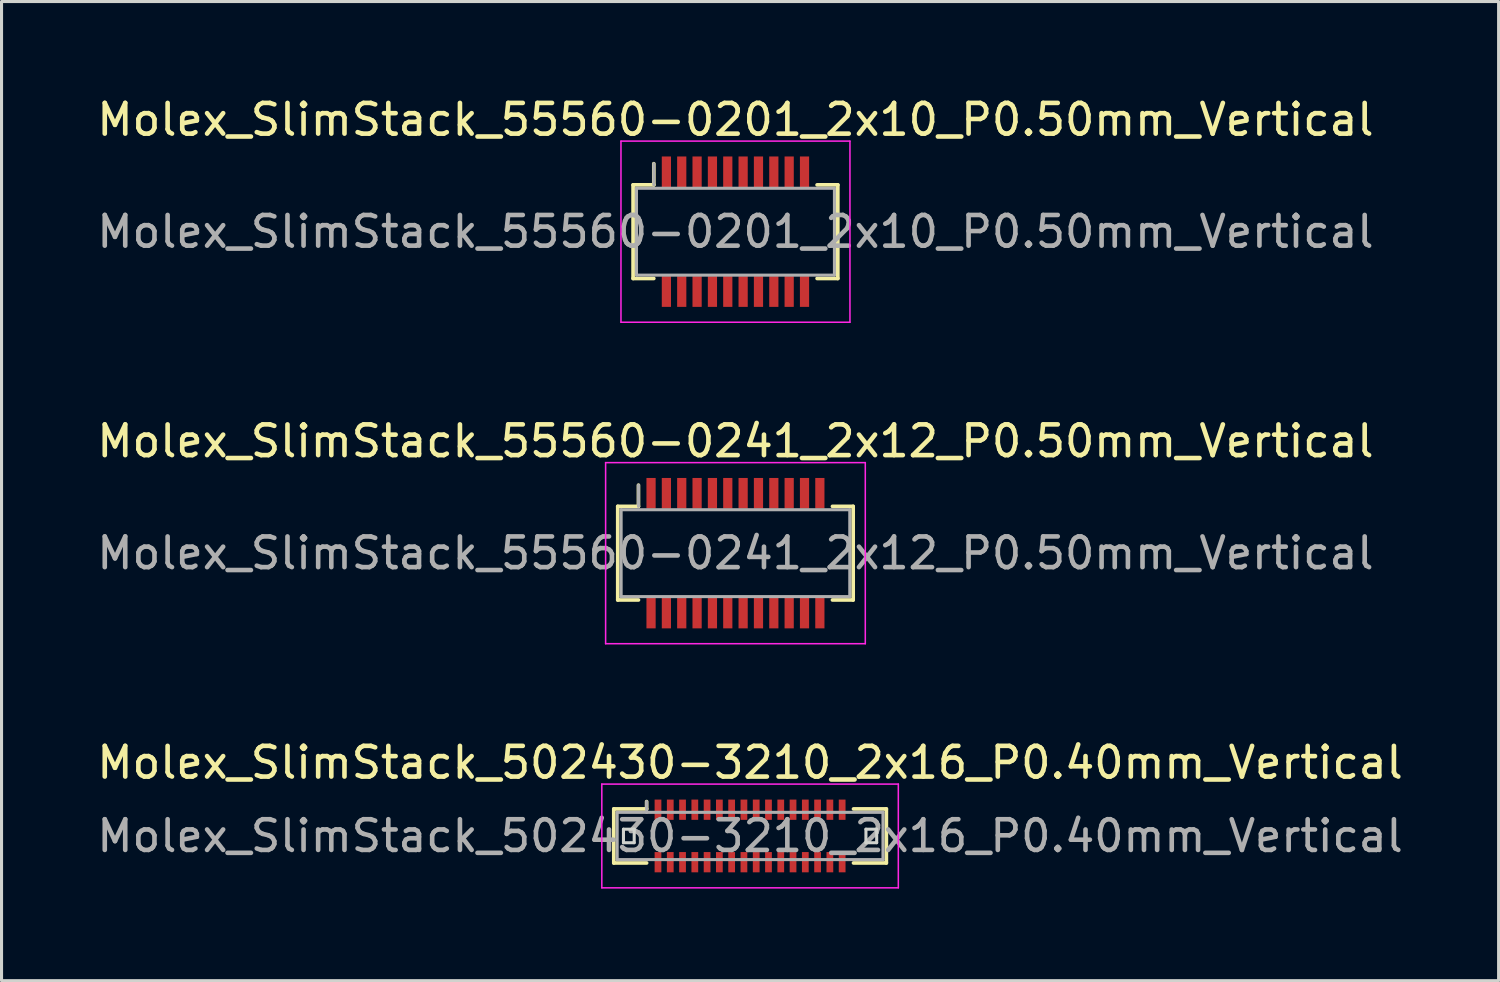
<source format=kicad_pcb>
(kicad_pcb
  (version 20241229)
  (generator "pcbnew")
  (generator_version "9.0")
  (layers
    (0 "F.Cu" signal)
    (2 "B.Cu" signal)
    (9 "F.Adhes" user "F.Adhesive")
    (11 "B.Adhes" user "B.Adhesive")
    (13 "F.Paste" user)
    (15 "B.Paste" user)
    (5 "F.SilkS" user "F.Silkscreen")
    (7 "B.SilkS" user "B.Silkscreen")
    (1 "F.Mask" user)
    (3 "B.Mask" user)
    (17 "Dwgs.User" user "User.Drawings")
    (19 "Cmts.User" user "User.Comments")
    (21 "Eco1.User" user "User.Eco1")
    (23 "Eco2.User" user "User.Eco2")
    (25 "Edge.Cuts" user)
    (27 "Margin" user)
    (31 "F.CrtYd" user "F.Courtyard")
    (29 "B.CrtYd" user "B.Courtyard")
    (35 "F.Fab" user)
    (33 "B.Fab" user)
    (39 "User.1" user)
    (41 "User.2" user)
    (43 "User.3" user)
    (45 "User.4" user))
  (footprint "Molex_SlimStack_55560-0241_2x12_P0.50mm_Vertical"
    (layer "F.Cu")
    (at 20.911 14.972)
    (property "Reference" "Molex_SlimStack_55560-0241_2x12_P0.50mm_Vertical" (at 0 -3.65 0) (layer "F.SilkS") (effects (font (size 1 1) (thickness 0.15))))
    (attr smd)
    (fp_line (start -3.835 -1.525) (end -3.16 -1.525) (stroke (width 0.12) (type solid)) (layer "F.SilkS"))
    (fp_line (start -3.835 1.525) (end -3.835 -1.525) (stroke (width 0.12) (type solid)) (layer "F.SilkS"))
    (fp_line (start -3.16 -1.525) (end -3.16 -2.215) (stroke (width 0.12) (type solid)) (layer "F.SilkS"))
    (fp_line (start -3.16 1.525) (end -3.835 1.525) (stroke (width 0.12) (type solid)) (layer "F.SilkS"))
    (fp_line (start 3.16 1.525) (end 3.835 1.525) (stroke (width 0.12) (type solid)) (layer "F.SilkS"))
    (fp_line (start 3.835 -1.525) (end 3.16 -1.525) (stroke (width 0.12) (type solid)) (layer "F.SilkS"))
    (fp_line (start 3.835 1.525) (end 3.835 -1.525) (stroke (width 0.12) (type solid)) (layer "F.SilkS"))
    (fp_line (start -4.23 -2.95) (end -4.23 2.95) (stroke (width 0.05) (type solid)) (layer "F.CrtYd"))
    (fp_line (start -4.23 2.95) (end 4.23 2.95) (stroke (width 0.05) (type solid)) (layer "F.CrtYd"))
    (fp_line (start 4.23 -2.95) (end -4.23 -2.95) (stroke (width 0.05) (type solid)) (layer "F.CrtYd"))
    (fp_line (start 4.23 2.95) (end 4.23 -2.95) (stroke (width 0.05) (type solid)) (layer "F.CrtYd"))
    (fp_line (start -3.725 -1.415) (end -3.725 1.415) (stroke (width 0.1) (type solid)) (layer "F.Fab"))
    (fp_line (start -3.725 1.415) (end 3.725 1.415) (stroke (width 0.1) (type solid)) (layer "F.Fab"))
    (fp_line (start -3.16 -1.525) (end -3.16 -2.215) (stroke (width 0.1) (type solid)) (layer "F.Fab"))
    (fp_line (start 3.725 -1.415) (end -3.725 -1.415) (stroke (width 0.1) (type solid)) (layer "F.Fab"))
    (fp_line (start 3.725 1.415) (end 3.725 -1.415) (stroke (width 0.1) (type solid)) (layer "F.Fab"))
    (fp_text user "${REFERENCE}" (at 0 0 0) (layer "F.Fab") (effects (font (size 1 1) (thickness 0.15))))
    (pad "1" smd rect (at -2.75 -1.95) (size 0.3 1) (layers "F.Cu" "F.Mask" "F.Paste"))
    (pad "2" smd rect (at -2.75 1.95) (size 0.3 1) (layers "F.Cu" "F.Mask" "F.Paste"))
    (pad "3" smd rect (at -2.25 -1.95) (size 0.3 1) (layers "F.Cu" "F.Mask" "F.Paste"))
    (pad "4" smd rect (at -2.25 1.95) (size 0.3 1) (layers "F.Cu" "F.Mask" "F.Paste"))
    (pad "5" smd rect (at -1.75 -1.95) (size 0.3 1) (layers "F.Cu" "F.Mask" "F.Paste"))
    (pad "6" smd rect (at -1.75 1.95) (size 0.3 1) (layers "F.Cu" "F.Mask" "F.Paste"))
    (pad "7" smd rect (at -1.25 -1.95) (size 0.3 1) (layers "F.Cu" "F.Mask" "F.Paste"))
    (pad "8" smd rect (at -1.25 1.95) (size 0.3 1) (layers "F.Cu" "F.Mask" "F.Paste"))
    (pad "9" smd rect (at -0.75 -1.95) (size 0.3 1) (layers "F.Cu" "F.Mask" "F.Paste"))
    (pad "10" smd rect (at -0.75 1.95) (size 0.3 1) (layers "F.Cu" "F.Mask" "F.Paste"))
    (pad "11" smd rect (at -0.25 -1.95) (size 0.3 1) (layers "F.Cu" "F.Mask" "F.Paste"))
    (pad "12" smd rect (at -0.25 1.95) (size 0.3 1) (layers "F.Cu" "F.Mask" "F.Paste"))
    (pad "13" smd rect (at 0.25 -1.95) (size 0.3 1) (layers "F.Cu" "F.Mask" "F.Paste"))
    (pad "14" smd rect (at 0.25 1.95) (size 0.3 1) (layers "F.Cu" "F.Mask" "F.Paste"))
    (pad "15" smd rect (at 0.75 -1.95) (size 0.3 1) (layers "F.Cu" "F.Mask" "F.Paste"))
    (pad "16" smd rect (at 0.75 1.95) (size 0.3 1) (layers "F.Cu" "F.Mask" "F.Paste"))
    (pad "17" smd rect (at 1.25 -1.95) (size 0.3 1) (layers "F.Cu" "F.Mask" "F.Paste"))
    (pad "18" smd rect (at 1.25 1.95) (size 0.3 1) (layers "F.Cu" "F.Mask" "F.Paste"))
    (pad "19" smd rect (at 1.75 -1.95) (size 0.3 1) (layers "F.Cu" "F.Mask" "F.Paste"))
    (pad "20" smd rect (at 1.75 1.95) (size 0.3 1) (layers "F.Cu" "F.Mask" "F.Paste"))
    (pad "21" smd rect (at 2.25 -1.95) (size 0.3 1) (layers "F.Cu" "F.Mask" "F.Paste"))
    (pad "22" smd rect (at 2.25 1.95) (size 0.3 1) (layers "F.Cu" "F.Mask" "F.Paste"))
    (pad "23" smd rect (at 2.75 -1.95) (size 0.3 1) (layers "F.Cu" "F.Mask" "F.Paste"))
    (pad "24" smd rect (at 2.75 1.95) (size 0.3 1) (layers "F.Cu" "F.Mask" "F.Paste")))
  (footprint "Molex_SlimStack_55560-0201_2x10_P0.50mm_Vertical"
    (layer "F.Cu")
    (at 20.911 4.498)
    (property "Reference" "Molex_SlimStack_55560-0201_2x10_P0.50mm_Vertical" (at 0 -3.65 0) (layer "F.SilkS") (effects (font (size 1 1) (thickness 0.15))))
    (attr smd)
    (fp_line (start -3.335 -1.525) (end -2.66 -1.525) (stroke (width 0.12) (type solid)) (layer "F.SilkS"))
    (fp_line (start -3.335 1.525) (end -3.335 -1.525) (stroke (width 0.12) (type solid)) (layer "F.SilkS"))
    (fp_line (start -2.66 -1.525) (end -2.66 -2.215) (stroke (width 0.12) (type solid)) (layer "F.SilkS"))
    (fp_line (start -2.66 1.525) (end -3.335 1.525) (stroke (width 0.12) (type solid)) (layer "F.SilkS"))
    (fp_line (start 2.66 1.525) (end 3.335 1.525) (stroke (width 0.12) (type solid)) (layer "F.SilkS"))
    (fp_line (start 3.335 -1.525) (end 2.66 -1.525) (stroke (width 0.12) (type solid)) (layer "F.SilkS"))
    (fp_line (start 3.335 1.525) (end 3.335 -1.525) (stroke (width 0.12) (type solid)) (layer "F.SilkS"))
    (fp_line (start -3.73 -2.95) (end -3.73 2.95) (stroke (width 0.05) (type solid)) (layer "F.CrtYd"))
    (fp_line (start -3.73 2.95) (end 3.73 2.95) (stroke (width 0.05) (type solid)) (layer "F.CrtYd"))
    (fp_line (start 3.73 -2.95) (end -3.73 -2.95) (stroke (width 0.05) (type solid)) (layer "F.CrtYd"))
    (fp_line (start 3.73 2.95) (end 3.73 -2.95) (stroke (width 0.05) (type solid)) (layer "F.CrtYd"))
    (fp_line (start -3.225 -1.415) (end -3.225 1.415) (stroke (width 0.1) (type solid)) (layer "F.Fab"))
    (fp_line (start -3.225 1.415) (end 3.225 1.415) (stroke (width 0.1) (type solid)) (layer "F.Fab"))
    (fp_line (start -2.66 -1.525) (end -2.66 -2.215) (stroke (width 0.1) (type solid)) (layer "F.Fab"))
    (fp_line (start 3.225 -1.415) (end -3.225 -1.415) (stroke (width 0.1) (type solid)) (layer "F.Fab"))
    (fp_line (start 3.225 1.415) (end 3.225 -1.415) (stroke (width 0.1) (type solid)) (layer "F.Fab"))
    (fp_text user "${REFERENCE}" (at 0 0 0) (layer "F.Fab") (effects (font (size 1 1) (thickness 0.15))))
    (pad "1" smd rect (at -2.25 -1.95) (size 0.3 1) (layers "F.Cu" "F.Mask" "F.Paste"))
    (pad "2" smd rect (at -2.25 1.95) (size 0.3 1) (layers "F.Cu" "F.Mask" "F.Paste"))
    (pad "3" smd rect (at -1.75 -1.95) (size 0.3 1) (layers "F.Cu" "F.Mask" "F.Paste"))
    (pad "4" smd rect (at -1.75 1.95) (size 0.3 1) (layers "F.Cu" "F.Mask" "F.Paste"))
    (pad "5" smd rect (at -1.25 -1.95) (size 0.3 1) (layers "F.Cu" "F.Mask" "F.Paste"))
    (pad "6" smd rect (at -1.25 1.95) (size 0.3 1) (layers "F.Cu" "F.Mask" "F.Paste"))
    (pad "7" smd rect (at -0.75 -1.95) (size 0.3 1) (layers "F.Cu" "F.Mask" "F.Paste"))
    (pad "8" smd rect (at -0.75 1.95) (size 0.3 1) (layers "F.Cu" "F.Mask" "F.Paste"))
    (pad "9" smd rect (at -0.25 -1.95) (size 0.3 1) (layers "F.Cu" "F.Mask" "F.Paste"))
    (pad "10" smd rect (at -0.25 1.95) (size 0.3 1) (layers "F.Cu" "F.Mask" "F.Paste"))
    (pad "11" smd rect (at 0.25 -1.95) (size 0.3 1) (layers "F.Cu" "F.Mask" "F.Paste"))
    (pad "12" smd rect (at 0.25 1.95) (size 0.3 1) (layers "F.Cu" "F.Mask" "F.Paste"))
    (pad "13" smd rect (at 0.75 -1.95) (size 0.3 1) (layers "F.Cu" "F.Mask" "F.Paste"))
    (pad "14" smd rect (at 0.75 1.95) (size 0.3 1) (layers "F.Cu" "F.Mask" "F.Paste"))
    (pad "15" smd rect (at 1.25 -1.95) (size 0.3 1) (layers "F.Cu" "F.Mask" "F.Paste"))
    (pad "16" smd rect (at 1.25 1.95) (size 0.3 1) (layers "F.Cu" "F.Mask" "F.Paste"))
    (pad "17" smd rect (at 1.75 -1.95) (size 0.3 1) (layers "F.Cu" "F.Mask" "F.Paste"))
    (pad "18" smd rect (at 1.75 1.95) (size 0.3 1) (layers "F.Cu" "F.Mask" "F.Paste"))
    (pad "19" smd rect (at 2.25 -1.95) (size 0.3 1) (layers "F.Cu" "F.Mask" "F.Paste"))
    (pad "20" smd rect (at 2.25 1.95) (size 0.3 1) (layers "F.Cu" "F.Mask" "F.Paste")))
  (footprint "Molex_SlimStack_502430-3210_2x16_P0.40mm_Vertical"
    (layer "F.Cu")
    (at 21.387 24.185)
    (property "Reference" "Molex_SlimStack_502430-3210_2x16_P0.40mm_Vertical" (at 0 -2.39 0) (layer "F.SilkS") (effects (font (size 1 1) (thickness 0.15))))
    (attr smd)
    (fp_line (start -4.44 -0.88) (end -3.37 -0.88) (stroke (width 0.12) (type solid)) (layer "F.SilkS"))
    (fp_line (start -4.44 0.88) (end -4.44 -0.88) (stroke (width 0.12) (type solid)) (layer "F.SilkS"))
    (fp_line (start -3.37 -0.88) (end -3.37 -1.12) (stroke (width 0.12) (type solid)) (layer "F.SilkS"))
    (fp_line (start -3.37 0.88) (end -4.44 0.88) (stroke (width 0.12) (type solid)) (layer "F.SilkS"))
    (fp_line (start 3.37 0.88) (end 4.44 0.88) (stroke (width 0.12) (type solid)) (layer "F.SilkS"))
    (fp_line (start 4.44 -0.88) (end 3.37 -0.88) (stroke (width 0.12) (type solid)) (layer "F.SilkS"))
    (fp_line (start 4.44 0.88) (end 4.44 -0.88) (stroke (width 0.12) (type solid)) (layer "F.SilkS"))
    (fp_line (start -4.125 -0.22) (end -4.125 0.22) (stroke (width 0.1) (type solid)) (layer "Edge.Cuts"))
    (fp_line (start -4.125 0.22) (end -3.775 0.22) (stroke (width 0.1) (type solid)) (layer "Edge.Cuts"))
    (fp_line (start -3.775 -0.22) (end -4.125 -0.22) (stroke (width 0.1) (type solid)) (layer "Edge.Cuts"))
    (fp_line (start -3.775 0.22) (end -3.775 -0.22) (stroke (width 0.1) (type solid)) (layer "Edge.Cuts"))
    (fp_line (start 3.775 -0.22) (end 3.775 0.22) (stroke (width 0.1) (type solid)) (layer "Edge.Cuts"))
    (fp_line (start 3.775 0.22) (end 4.125 0.22) (stroke (width 0.1) (type solid)) (layer "Edge.Cuts"))
    (fp_line (start 4.125 -0.22) (end 3.775 -0.22) (stroke (width 0.1) (type solid)) (layer "Edge.Cuts"))
    (fp_line (start 4.125 0.22) (end 4.125 -0.22) (stroke (width 0.1) (type solid)) (layer "Edge.Cuts"))
    (fp_line (start -4.83 -1.69) (end -4.83 1.69) (stroke (width 0.05) (type solid)) (layer "F.CrtYd"))
    (fp_line (start -4.83 1.69) (end 4.83 1.69) (stroke (width 0.05) (type solid)) (layer "F.CrtYd"))
    (fp_line (start 4.83 -1.69) (end -4.83 -1.69) (stroke (width 0.05) (type solid)) (layer "F.CrtYd"))
    (fp_line (start 4.83 1.69) (end 4.83 -1.69) (stroke (width 0.05) (type solid)) (layer "F.CrtYd"))
    (fp_line (start -4.33 -0.77) (end -4.33 0.77) (stroke (width 0.1) (type solid)) (layer "F.Fab"))
    (fp_line (start -4.33 0.77) (end 4.33 0.77) (stroke (width 0.1) (type solid)) (layer "F.Fab"))
    (fp_line (start -3.37 -0.77) (end -3.37 -1.12) (stroke (width 0.1) (type solid)) (layer "F.Fab"))
    (fp_line (start 4.33 -0.77) (end -4.33 -0.77) (stroke (width 0.1) (type solid)) (layer "F.Fab"))
    (fp_line (start 4.33 0.77) (end 4.33 -0.77) (stroke (width 0.1) (type solid)) (layer "F.Fab"))
    (fp_text user "${REFERENCE}" (at 0 0 0) (layer "F.Fab") (effects (font (size 1 1) (thickness 0.15))))
    (pad "1" smd rect (at -3 -0.855) (size 0.22 0.66) (layers "F.Cu" "F.Mask" "F.Paste"))
    (pad "2" smd rect (at -3 0.855) (size 0.22 0.66) (layers "F.Cu" "F.Mask" "F.Paste"))
    (pad "3" smd rect (at -2.6 -0.855) (size 0.22 0.66) (layers "F.Cu" "F.Mask" "F.Paste"))
    (pad "4" smd rect (at -2.6 0.855) (size 0.22 0.66) (layers "F.Cu" "F.Mask" "F.Paste"))
    (pad "5" smd rect (at -2.2 -0.855) (size 0.22 0.66) (layers "F.Cu" "F.Mask" "F.Paste"))
    (pad "6" smd rect (at -2.2 0.855) (size 0.22 0.66) (layers "F.Cu" "F.Mask" "F.Paste"))
    (pad "7" smd rect (at -1.8 -0.855) (size 0.22 0.66) (layers "F.Cu" "F.Mask" "F.Paste"))
    (pad "8" smd rect (at -1.8 0.855) (size 0.22 0.66) (layers "F.Cu" "F.Mask" "F.Paste"))
    (pad "9" smd rect (at -1.4 -0.855) (size 0.22 0.66) (layers "F.Cu" "F.Mask" "F.Paste"))
    (pad "10" smd rect (at -1.4 0.855) (size 0.22 0.66) (layers "F.Cu" "F.Mask" "F.Paste"))
    (pad "11" smd rect (at -1 -0.855) (size 0.22 0.66) (layers "F.Cu" "F.Mask" "F.Paste"))
    (pad "12" smd rect (at -1 0.855) (size 0.22 0.66) (layers "F.Cu" "F.Mask" "F.Paste"))
    (pad "13" smd rect (at -0.6 -0.855) (size 0.22 0.66) (layers "F.Cu" "F.Mask" "F.Paste"))
    (pad "14" smd rect (at -0.6 0.855) (size 0.22 0.66) (layers "F.Cu" "F.Mask" "F.Paste"))
    (pad "15" smd rect (at -0.2 -0.855) (size 0.22 0.66) (layers "F.Cu" "F.Mask" "F.Paste"))
    (pad "16" smd rect (at -0.2 0.855) (size 0.22 0.66) (layers "F.Cu" "F.Mask" "F.Paste"))
    (pad "17" smd rect (at 0.2 -0.855) (size 0.22 0.66) (layers "F.Cu" "F.Mask" "F.Paste"))
    (pad "18" smd rect (at 0.2 0.855) (size 0.22 0.66) (layers "F.Cu" "F.Mask" "F.Paste"))
    (pad "19" smd rect (at 0.6 -0.855) (size 0.22 0.66) (layers "F.Cu" "F.Mask" "F.Paste"))
    (pad "20" smd rect (at 0.6 0.855) (size 0.22 0.66) (layers "F.Cu" "F.Mask" "F.Paste"))
    (pad "21" smd rect (at 1 -0.855) (size 0.22 0.66) (layers "F.Cu" "F.Mask" "F.Paste"))
    (pad "22" smd rect (at 1 0.855) (size 0.22 0.66) (layers "F.Cu" "F.Mask" "F.Paste"))
    (pad "23" smd rect (at 1.4 -0.855) (size 0.22 0.66) (layers "F.Cu" "F.Mask" "F.Paste"))
    (pad "24" smd rect (at 1.4 0.855) (size 0.22 0.66) (layers "F.Cu" "F.Mask" "F.Paste"))
    (pad "25" smd rect (at 1.8 -0.855) (size 0.22 0.66) (layers "F.Cu" "F.Mask" "F.Paste"))
    (pad "26" smd rect (at 1.8 0.855) (size 0.22 0.66) (layers "F.Cu" "F.Mask" "F.Paste"))
    (pad "27" smd rect (at 2.2 -0.855) (size 0.22 0.66) (layers "F.Cu" "F.Mask" "F.Paste"))
    (pad "28" smd rect (at 2.2 0.855) (size 0.22 0.66) (layers "F.Cu" "F.Mask" "F.Paste"))
    (pad "29" smd rect (at 2.6 -0.855) (size 0.22 0.66) (layers "F.Cu" "F.Mask" "F.Paste"))
    (pad "30" smd rect (at 2.6 0.855) (size 0.22 0.66) (layers "F.Cu" "F.Mask" "F.Paste"))
    (pad "31" smd rect (at 3 -0.855) (size 0.22 0.66) (layers "F.Cu" "F.Mask" "F.Paste"))
    (pad "32" smd rect (at 3 0.855) (size 0.22 0.66) (layers "F.Cu" "F.Mask" "F.Paste")))
  (gr_rect
    (start -3 -3)
    (end 45.774 28.9)
    (stroke (width 0.1) (type default))
    (fill no)
    (layer "Edge.Cuts")))
</source>
